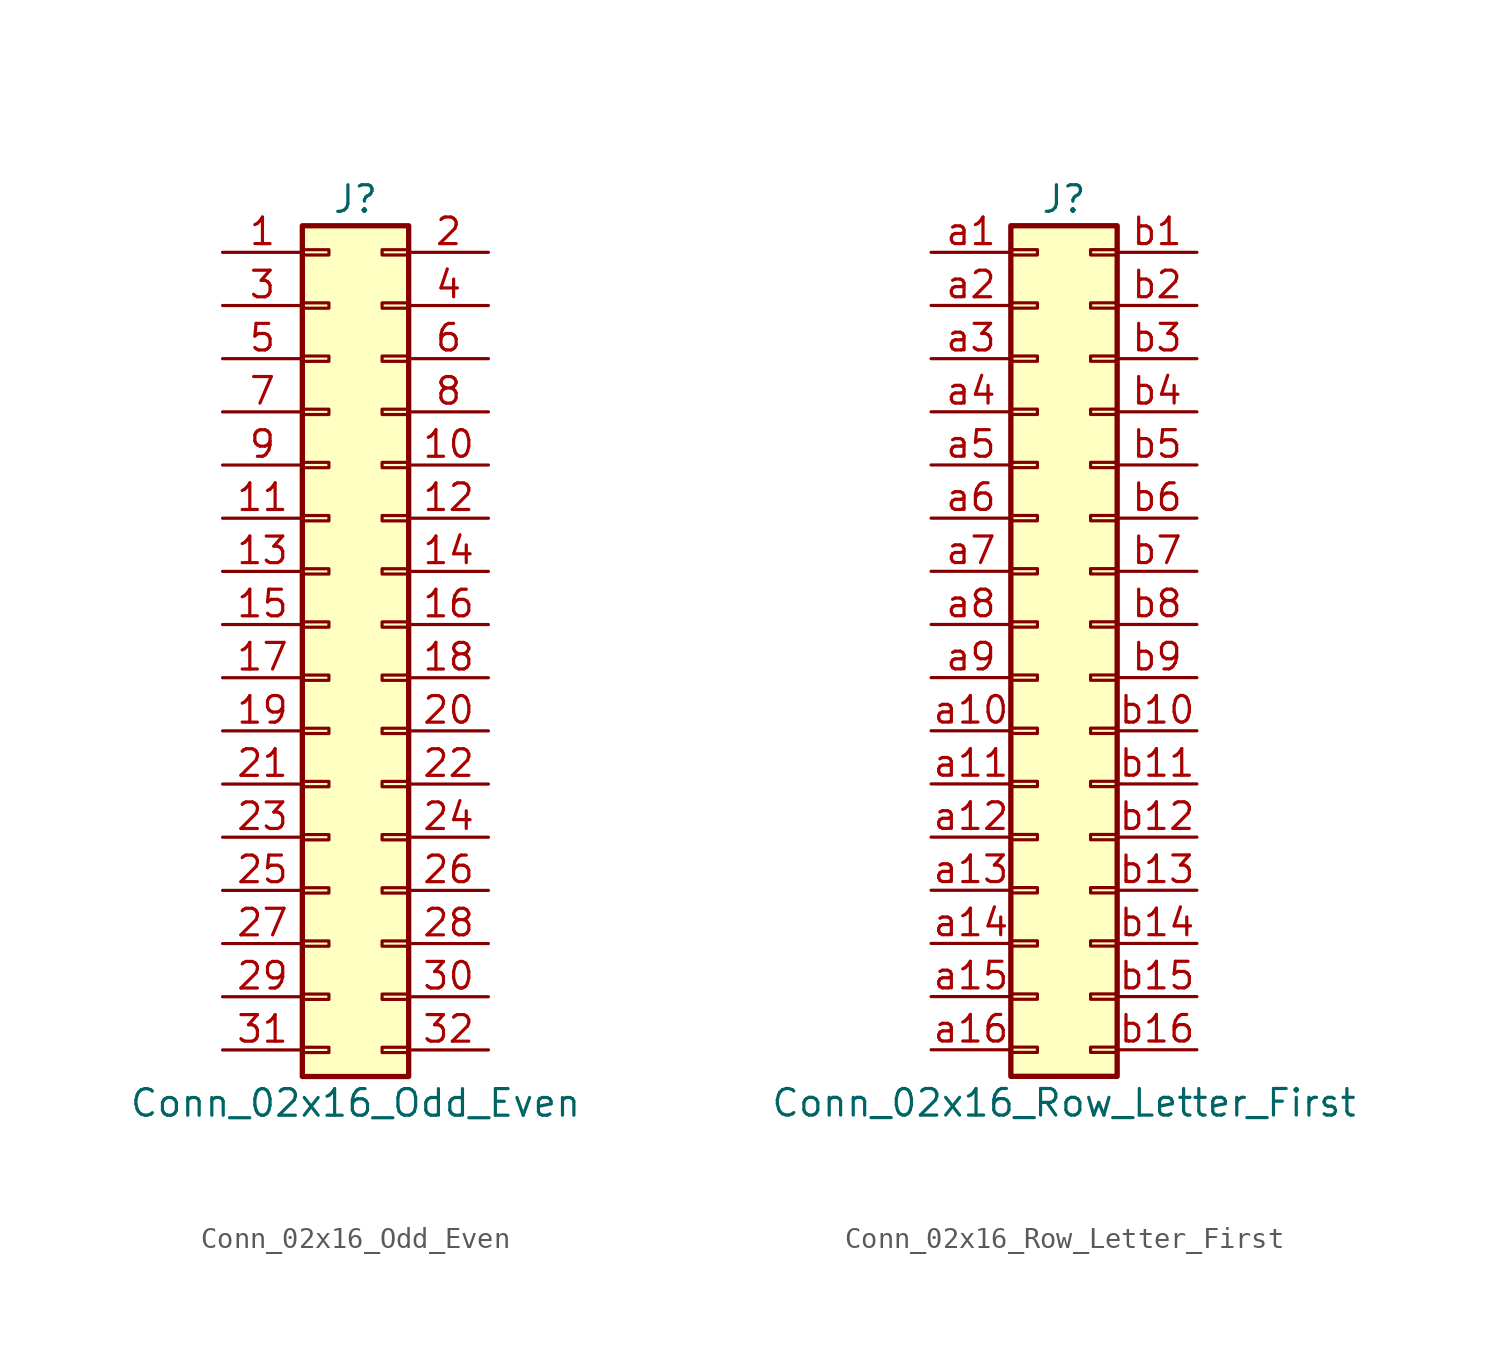
<source format=kicad_sym>
(kicad_symbol_lib
  (version 20220914)
  (generator kicad_symbol_editor)
  (symbol "Conn_02x16_Odd_Even"
    (pin_names
      (offset 1.016) hide)
    (property "Reference" "J"
      (at 1.27 20.32 0)
      (effects (font (size 1.27 1.27))))
    (property "Value" "Conn_02x16_Odd_Even"
      (at 1.27 -22.86 0)
      (effects (font (size 1.27 1.27))))
    (symbol "Conn_02x16_Odd_Even_1_1"
      (rectangle (start -1.27 -20.193) (end 0 -20.447) (stroke (width 0.152) (type default)) (fill (type none)))
      (rectangle (start -1.27 -17.653) (end 0 -17.907) (stroke (width 0.152) (type default)) (fill (type none)))
      (rectangle (start -1.27 -15.113) (end 0 -15.367) (stroke (width 0.152) (type default)) (fill (type none)))
      (rectangle (start -1.27 -12.573) (end 0 -12.827) (stroke (width 0.152) (type default)) (fill (type none)))
      (rectangle (start -1.27 -10.033) (end 0 -10.287) (stroke (width 0.152) (type default)) (fill (type none)))
      (rectangle (start -1.27 -7.493) (end 0 -7.747) (stroke (width 0.152) (type default)) (fill (type none)))
      (rectangle (start -1.27 -4.953) (end 0 -5.207) (stroke (width 0.152) (type default)) (fill (type none)))
      (rectangle (start -1.27 -2.413) (end 0 -2.667) (stroke (width 0.152) (type default)) (fill (type none)))
      (rectangle (start -1.27 0.127) (end 0 -0.127) (stroke (width 0.152) (type default)) (fill (type none)))
      (rectangle (start -1.27 2.667) (end 0 2.413) (stroke (width 0.152) (type default)) (fill (type none)))
      (rectangle (start -1.27 5.207) (end 0 4.953) (stroke (width 0.152) (type default)) (fill (type none)))
      (rectangle (start -1.27 7.747) (end 0 7.493) (stroke (width 0.152) (type default)) (fill (type none)))
      (rectangle (start -1.27 10.287) (end 0 10.033) (stroke (width 0.152) (type default)) (fill (type none)))
      (rectangle (start -1.27 12.827) (end 0 12.573) (stroke (width 0.152) (type default)) (fill (type none)))
      (rectangle (start -1.27 15.367) (end 0 15.113) (stroke (width 0.152) (type default)) (fill (type none)))
      (rectangle (start -1.27 17.907) (end 0 17.653) (stroke (width 0.152) (type default)) (fill (type none)))
      (rectangle (start -1.27 19.05) (end 3.81 -21.59) (stroke (width 0.254) (type default)) (fill (type background)))
      (rectangle (start 3.81 -20.193) (end 2.54 -20.447) (stroke (width 0.152) (type default)) (fill (type none)))
      (rectangle (start 3.81 -17.653) (end 2.54 -17.907) (stroke (width 0.152) (type default)) (fill (type none)))
      (rectangle (start 3.81 -15.113) (end 2.54 -15.367) (stroke (width 0.152) (type default)) (fill (type none)))
      (rectangle (start 3.81 -12.573) (end 2.54 -12.827) (stroke (width 0.152) (type default)) (fill (type none)))
      (rectangle (start 3.81 -10.033) (end 2.54 -10.287) (stroke (width 0.152) (type default)) (fill (type none)))
      (rectangle (start 3.81 -7.493) (end 2.54 -7.747) (stroke (width 0.152) (type default)) (fill (type none)))
      (rectangle (start 3.81 -4.953) (end 2.54 -5.207) (stroke (width 0.152) (type default)) (fill (type none)))
      (rectangle (start 3.81 -2.413) (end 2.54 -2.667) (stroke (width 0.152) (type default)) (fill (type none)))
      (rectangle (start 3.81 0.127) (end 2.54 -0.127) (stroke (width 0.152) (type default)) (fill (type none)))
      (rectangle (start 3.81 2.667) (end 2.54 2.413) (stroke (width 0.152) (type default)) (fill (type none)))
      (rectangle (start 3.81 5.207) (end 2.54 4.953) (stroke (width 0.152) (type default)) (fill (type none)))
      (rectangle (start 3.81 7.747) (end 2.54 7.493) (stroke (width 0.152) (type default)) (fill (type none)))
      (rectangle (start 3.81 10.287) (end 2.54 10.033) (stroke (width 0.152) (type default)) (fill (type none)))
      (rectangle (start 3.81 12.827) (end 2.54 12.573) (stroke (width 0.152) (type default)) (fill (type none)))
      (rectangle (start 3.81 15.367) (end 2.54 15.113) (stroke (width 0.152) (type default)) (fill (type none)))
      (rectangle (start 3.81 17.907) (end 2.54 17.653) (stroke (width 0.152) (type default)) (fill (type none)))
      (pin passive line (at -5.08 17.78 0) (length 3.81) (name "Pin_1" (effects (font (size 1.27 1.27)))) (number "1" (effects (font (size 1.27 1.27)))))
      (pin passive line (at 7.62 7.62 180) (length 3.81) (name "Pin_10" (effects (font (size 1.27 1.27)))) (number "10" (effects (font (size 1.27 1.27)))))
      (pin passive line (at -5.08 5.08 0) (length 3.81) (name "Pin_11" (effects (font (size 1.27 1.27)))) (number "11" (effects (font (size 1.27 1.27)))))
      (pin passive line (at 7.62 5.08 180) (length 3.81) (name "Pin_12" (effects (font (size 1.27 1.27)))) (number "12" (effects (font (size 1.27 1.27)))))
      (pin passive line (at -5.08 2.54 0) (length 3.81) (name "Pin_13" (effects (font (size 1.27 1.27)))) (number "13" (effects (font (size 1.27 1.27)))))
      (pin passive line (at 7.62 2.54 180) (length 3.81) (name "Pin_14" (effects (font (size 1.27 1.27)))) (number "14" (effects (font (size 1.27 1.27)))))
      (pin passive line (at -5.08 0 0) (length 3.81) (name "Pin_15" (effects (font (size 1.27 1.27)))) (number "15" (effects (font (size 1.27 1.27)))))
      (pin passive line (at 7.62 0 180) (length 3.81) (name "Pin_16" (effects (font (size 1.27 1.27)))) (number "16" (effects (font (size 1.27 1.27)))))
      (pin passive line (at -5.08 -2.54 0) (length 3.81) (name "Pin_17" (effects (font (size 1.27 1.27)))) (number "17" (effects (font (size 1.27 1.27)))))
      (pin passive line (at 7.62 -2.54 180) (length 3.81) (name "Pin_18" (effects (font (size 1.27 1.27)))) (number "18" (effects (font (size 1.27 1.27)))))
      (pin passive line (at -5.08 -5.08 0) (length 3.81) (name "Pin_19" (effects (font (size 1.27 1.27)))) (number "19" (effects (font (size 1.27 1.27)))))
      (pin passive line (at 7.62 17.78 180) (length 3.81) (name "Pin_2" (effects (font (size 1.27 1.27)))) (number "2" (effects (font (size 1.27 1.27)))))
      (pin passive line (at 7.62 -5.08 180) (length 3.81) (name "Pin_20" (effects (font (size 1.27 1.27)))) (number "20" (effects (font (size 1.27 1.27)))))
      (pin passive line (at -5.08 -7.62 0) (length 3.81) (name "Pin_21" (effects (font (size 1.27 1.27)))) (number "21" (effects (font (size 1.27 1.27)))))
      (pin passive line (at 7.62 -7.62 180) (length 3.81) (name "Pin_22" (effects (font (size 1.27 1.27)))) (number "22" (effects (font (size 1.27 1.27)))))
      (pin passive line (at -5.08 -10.16 0) (length 3.81) (name "Pin_23" (effects (font (size 1.27 1.27)))) (number "23" (effects (font (size 1.27 1.27)))))
      (pin passive line (at 7.62 -10.16 180) (length 3.81) (name "Pin_24" (effects (font (size 1.27 1.27)))) (number "24" (effects (font (size 1.27 1.27)))))
      (pin passive line (at -5.08 -12.7 0) (length 3.81) (name "Pin_25" (effects (font (size 1.27 1.27)))) (number "25" (effects (font (size 1.27 1.27)))))
      (pin passive line (at 7.62 -12.7 180) (length 3.81) (name "Pin_26" (effects (font (size 1.27 1.27)))) (number "26" (effects (font (size 1.27 1.27)))))
      (pin passive line (at -5.08 -15.24 0) (length 3.81) (name "Pin_27" (effects (font (size 1.27 1.27)))) (number "27" (effects (font (size 1.27 1.27)))))
      (pin passive line (at 7.62 -15.24 180) (length 3.81) (name "Pin_28" (effects (font (size 1.27 1.27)))) (number "28" (effects (font (size 1.27 1.27)))))
      (pin passive line (at -5.08 -17.78 0) (length 3.81) (name "Pin_29" (effects (font (size 1.27 1.27)))) (number "29" (effects (font (size 1.27 1.27)))))
      (pin passive line (at -5.08 15.24 0) (length 3.81) (name "Pin_3" (effects (font (size 1.27 1.27)))) (number "3" (effects (font (size 1.27 1.27)))))
      (pin passive line (at 7.62 -17.78 180) (length 3.81) (name "Pin_30" (effects (font (size 1.27 1.27)))) (number "30" (effects (font (size 1.27 1.27)))))
      (pin passive line (at -5.08 -20.32 0) (length 3.81) (name "Pin_31" (effects (font (size 1.27 1.27)))) (number "31" (effects (font (size 1.27 1.27)))))
      (pin passive line (at 7.62 -20.32 180) (length 3.81) (name "Pin_32" (effects (font (size 1.27 1.27)))) (number "32" (effects (font (size 1.27 1.27)))))
      (pin passive line (at 7.62 15.24 180) (length 3.81) (name "Pin_4" (effects (font (size 1.27 1.27)))) (number "4" (effects (font (size 1.27 1.27)))))
      (pin passive line (at -5.08 12.7 0) (length 3.81) (name "Pin_5" (effects (font (size 1.27 1.27)))) (number "5" (effects (font (size 1.27 1.27)))))
      (pin passive line (at 7.62 12.7 180) (length 3.81) (name "Pin_6" (effects (font (size 1.27 1.27)))) (number "6" (effects (font (size 1.27 1.27)))))
      (pin passive line (at -5.08 10.16 0) (length 3.81) (name "Pin_7" (effects (font (size 1.27 1.27)))) (number "7" (effects (font (size 1.27 1.27)))))
      (pin passive line (at 7.62 10.16 180) (length 3.81) (name "Pin_8" (effects (font (size 1.27 1.27)))) (number "8" (effects (font (size 1.27 1.27)))))
      (pin passive line (at -5.08 7.62 0) (length 3.81) (name "Pin_9" (effects (font (size 1.27 1.27)))) (number "9" (effects (font (size 1.27 1.27)))))))
  (symbol "Conn_02x16_Row_Letter_First"
    (pin_names
      (offset 1.016) hide)
    (property "Reference" "J"
      (at 1.27 20.32 0)
      (effects (font (size 1.27 1.27))))
    (property "Value" "Conn_02x16_Row_Letter_First"
      (at 1.27 -22.86 0)
      (effects (font (size 1.27 1.27))))
    (symbol "Conn_02x16_Row_Letter_First_1_1"
      (rectangle (start -1.27 -20.193) (end 0 -20.447) (stroke (width 0.152) (type default)) (fill (type none)))
      (rectangle (start -1.27 -17.653) (end 0 -17.907) (stroke (width 0.152) (type default)) (fill (type none)))
      (rectangle (start -1.27 -15.113) (end 0 -15.367) (stroke (width 0.152) (type default)) (fill (type none)))
      (rectangle (start -1.27 -12.573) (end 0 -12.827) (stroke (width 0.152) (type default)) (fill (type none)))
      (rectangle (start -1.27 -10.033) (end 0 -10.287) (stroke (width 0.152) (type default)) (fill (type none)))
      (rectangle (start -1.27 -7.493) (end 0 -7.747) (stroke (width 0.152) (type default)) (fill (type none)))
      (rectangle (start -1.27 -4.953) (end 0 -5.207) (stroke (width 0.152) (type default)) (fill (type none)))
      (rectangle (start -1.27 -2.413) (end 0 -2.667) (stroke (width 0.152) (type default)) (fill (type none)))
      (rectangle (start -1.27 0.127) (end 0 -0.127) (stroke (width 0.152) (type default)) (fill (type none)))
      (rectangle (start -1.27 2.667) (end 0 2.413) (stroke (width 0.152) (type default)) (fill (type none)))
      (rectangle (start -1.27 5.207) (end 0 4.953) (stroke (width 0.152) (type default)) (fill (type none)))
      (rectangle (start -1.27 7.747) (end 0 7.493) (stroke (width 0.152) (type default)) (fill (type none)))
      (rectangle (start -1.27 10.287) (end 0 10.033) (stroke (width 0.152) (type default)) (fill (type none)))
      (rectangle (start -1.27 12.827) (end 0 12.573) (stroke (width 0.152) (type default)) (fill (type none)))
      (rectangle (start -1.27 15.367) (end 0 15.113) (stroke (width 0.152) (type default)) (fill (type none)))
      (rectangle (start -1.27 17.907) (end 0 17.653) (stroke (width 0.152) (type default)) (fill (type none)))
      (rectangle (start -1.27 19.05) (end 3.81 -21.59) (stroke (width 0.254) (type default)) (fill (type background)))
      (rectangle (start 3.81 -20.193) (end 2.54 -20.447) (stroke (width 0.152) (type default)) (fill (type none)))
      (rectangle (start 3.81 -17.653) (end 2.54 -17.907) (stroke (width 0.152) (type default)) (fill (type none)))
      (rectangle (start 3.81 -15.113) (end 2.54 -15.367) (stroke (width 0.152) (type default)) (fill (type none)))
      (rectangle (start 3.81 -12.573) (end 2.54 -12.827) (stroke (width 0.152) (type default)) (fill (type none)))
      (rectangle (start 3.81 -10.033) (end 2.54 -10.287) (stroke (width 0.152) (type default)) (fill (type none)))
      (rectangle (start 3.81 -7.493) (end 2.54 -7.747) (stroke (width 0.152) (type default)) (fill (type none)))
      (rectangle (start 3.81 -4.953) (end 2.54 -5.207) (stroke (width 0.152) (type default)) (fill (type none)))
      (rectangle (start 3.81 -2.413) (end 2.54 -2.667) (stroke (width 0.152) (type default)) (fill (type none)))
      (rectangle (start 3.81 0.127) (end 2.54 -0.127) (stroke (width 0.152) (type default)) (fill (type none)))
      (rectangle (start 3.81 2.667) (end 2.54 2.413) (stroke (width 0.152) (type default)) (fill (type none)))
      (rectangle (start 3.81 5.207) (end 2.54 4.953) (stroke (width 0.152) (type default)) (fill (type none)))
      (rectangle (start 3.81 7.747) (end 2.54 7.493) (stroke (width 0.152) (type default)) (fill (type none)))
      (rectangle (start 3.81 10.287) (end 2.54 10.033) (stroke (width 0.152) (type default)) (fill (type none)))
      (rectangle (start 3.81 12.827) (end 2.54 12.573) (stroke (width 0.152) (type default)) (fill (type none)))
      (rectangle (start 3.81 15.367) (end 2.54 15.113) (stroke (width 0.152) (type default)) (fill (type none)))
      (rectangle (start 3.81 17.907) (end 2.54 17.653) (stroke (width 0.152) (type default)) (fill (type none)))
      (pin passive line (at -5.08 17.78 0) (length 3.81) (name "Pin_a1" (effects (font (size 1.27 1.27)))) (number "a1" (effects (font (size 1.27 1.27)))))
      (pin passive line (at -5.08 -5.08 0) (length 3.81) (name "Pin_a10" (effects (font (size 1.27 1.27)))) (number "a10" (effects (font (size 1.27 1.27)))))
      (pin passive line (at -5.08 -7.62 0) (length 3.81) (name "Pin_a11" (effects (font (size 1.27 1.27)))) (number "a11" (effects (font (size 1.27 1.27)))))
      (pin passive line (at -5.08 -10.16 0) (length 3.81) (name "Pin_a12" (effects (font (size 1.27 1.27)))) (number "a12" (effects (font (size 1.27 1.27)))))
      (pin passive line (at -5.08 -12.7 0) (length 3.81) (name "Pin_a13" (effects (font (size 1.27 1.27)))) (number "a13" (effects (font (size 1.27 1.27)))))
      (pin passive line (at -5.08 -15.24 0) (length 3.81) (name "Pin_a14" (effects (font (size 1.27 1.27)))) (number "a14" (effects (font (size 1.27 1.27)))))
      (pin passive line (at -5.08 -17.78 0) (length 3.81) (name "Pin_a15" (effects (font (size 1.27 1.27)))) (number "a15" (effects (font (size 1.27 1.27)))))
      (pin passive line (at -5.08 -20.32 0) (length 3.81) (name "Pin_a16" (effects (font (size 1.27 1.27)))) (number "a16" (effects (font (size 1.27 1.27)))))
      (pin passive line (at -5.08 15.24 0) (length 3.81) (name "Pin_a2" (effects (font (size 1.27 1.27)))) (number "a2" (effects (font (size 1.27 1.27)))))
      (pin passive line (at -5.08 12.7 0) (length 3.81) (name "Pin_a3" (effects (font (size 1.27 1.27)))) (number "a3" (effects (font (size 1.27 1.27)))))
      (pin passive line (at -5.08 10.16 0) (length 3.81) (name "Pin_a4" (effects (font (size 1.27 1.27)))) (number "a4" (effects (font (size 1.27 1.27)))))
      (pin passive line (at -5.08 7.62 0) (length 3.81) (name "Pin_a5" (effects (font (size 1.27 1.27)))) (number "a5" (effects (font (size 1.27 1.27)))))
      (pin passive line (at -5.08 5.08 0) (length 3.81) (name "Pin_a6" (effects (font (size 1.27 1.27)))) (number "a6" (effects (font (size 1.27 1.27)))))
      (pin passive line (at -5.08 2.54 0) (length 3.81) (name "Pin_a7" (effects (font (size 1.27 1.27)))) (number "a7" (effects (font (size 1.27 1.27)))))
      (pin passive line (at -5.08 0 0) (length 3.81) (name "Pin_a8" (effects (font (size 1.27 1.27)))) (number "a8" (effects (font (size 1.27 1.27)))))
      (pin passive line (at -5.08 -2.54 0) (length 3.81) (name "Pin_a9" (effects (font (size 1.27 1.27)))) (number "a9" (effects (font (size 1.27 1.27)))))
      (pin passive line (at 7.62 17.78 180) (length 3.81) (name "Pin_b1" (effects (font (size 1.27 1.27)))) (number "b1" (effects (font (size 1.27 1.27)))))
      (pin passive line (at 7.62 -5.08 180) (length 3.81) (name "Pin_b10" (effects (font (size 1.27 1.27)))) (number "b10" (effects (font (size 1.27 1.27)))))
      (pin passive line (at 7.62 -7.62 180) (length 3.81) (name "Pin_b11" (effects (font (size 1.27 1.27)))) (number "b11" (effects (font (size 1.27 1.27)))))
      (pin passive line (at 7.62 -10.16 180) (length 3.81) (name "Pin_b12" (effects (font (size 1.27 1.27)))) (number "b12" (effects (font (size 1.27 1.27)))))
      (pin passive line (at 7.62 -12.7 180) (length 3.81) (name "Pin_b13" (effects (font (size 1.27 1.27)))) (number "b13" (effects (font (size 1.27 1.27)))))
      (pin passive line (at 7.62 -15.24 180) (length 3.81) (name "Pin_b14" (effects (font (size 1.27 1.27)))) (number "b14" (effects (font (size 1.27 1.27)))))
      (pin passive line (at 7.62 -17.78 180) (length 3.81) (name "Pin_b15" (effects (font (size 1.27 1.27)))) (number "b15" (effects (font (size 1.27 1.27)))))
      (pin passive line (at 7.62 -20.32 180) (length 3.81) (name "Pin_b16" (effects (font (size 1.27 1.27)))) (number "b16" (effects (font (size 1.27 1.27)))))
      (pin passive line (at 7.62 15.24 180) (length 3.81) (name "Pin_b2" (effects (font (size 1.27 1.27)))) (number "b2" (effects (font (size 1.27 1.27)))))
      (pin passive line (at 7.62 12.7 180) (length 3.81) (name "Pin_b3" (effects (font (size 1.27 1.27)))) (number "b3" (effects (font (size 1.27 1.27)))))
      (pin passive line (at 7.62 10.16 180) (length 3.81) (name "Pin_b4" (effects (font (size 1.27 1.27)))) (number "b4" (effects (font (size 1.27 1.27)))))
      (pin passive line (at 7.62 7.62 180) (length 3.81) (name "Pin_b5" (effects (font (size 1.27 1.27)))) (number "b5" (effects (font (size 1.27 1.27)))))
      (pin passive line (at 7.62 5.08 180) (length 3.81) (name "Pin_b6" (effects (font (size 1.27 1.27)))) (number "b6" (effects (font (size 1.27 1.27)))))
      (pin passive line (at 7.62 2.54 180) (length 3.81) (name "Pin_b7" (effects (font (size 1.27 1.27)))) (number "b7" (effects (font (size 1.27 1.27)))))
      (pin passive line (at 7.62 0 180) (length 3.81) (name "Pin_b8" (effects (font (size 1.27 1.27)))) (number "b8" (effects (font (size 1.27 1.27)))))
      (pin passive line (at 7.62 -2.54 180) (length 3.81) (name "Pin_b9" (effects (font (size 1.27 1.27)))) (number "b9" (effects (font (size 1.27 1.27))))))))
</source>
